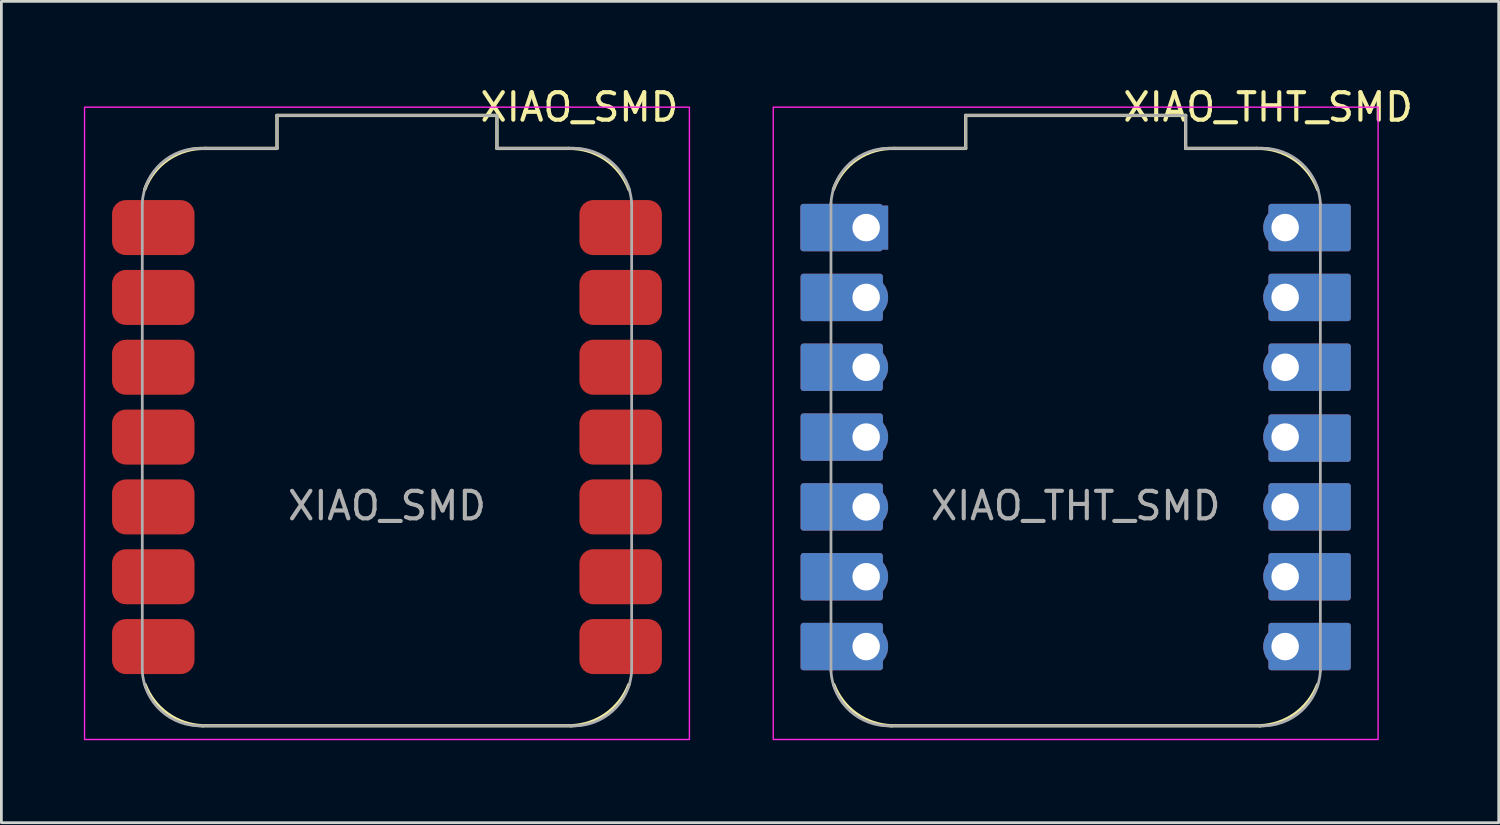
<source format=kicad_pcb>
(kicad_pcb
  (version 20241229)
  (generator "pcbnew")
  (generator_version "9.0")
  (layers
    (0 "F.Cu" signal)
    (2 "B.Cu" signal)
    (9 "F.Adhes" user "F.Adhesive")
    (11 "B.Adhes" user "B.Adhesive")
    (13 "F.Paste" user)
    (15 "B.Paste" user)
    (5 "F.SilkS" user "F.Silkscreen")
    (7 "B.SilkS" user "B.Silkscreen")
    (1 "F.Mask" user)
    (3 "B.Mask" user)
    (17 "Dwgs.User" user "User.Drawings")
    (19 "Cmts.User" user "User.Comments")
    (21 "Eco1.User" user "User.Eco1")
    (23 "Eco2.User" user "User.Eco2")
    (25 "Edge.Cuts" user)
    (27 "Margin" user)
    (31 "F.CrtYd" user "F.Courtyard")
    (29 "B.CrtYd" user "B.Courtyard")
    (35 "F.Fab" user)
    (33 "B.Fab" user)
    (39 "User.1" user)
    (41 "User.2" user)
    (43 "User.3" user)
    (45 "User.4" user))
  (footprint "XIAO_SMD"
    (layer "F.Cu")
    (at 11.025 12.848)
    (property "Reference" "XIAO_SMD" (at 7 -12 0) (unlocked yes) (layer "F.SilkS") (effects (font (size 1 1) (thickness 0.15))))
    (attr smd)
    (fp_line (start -6.7 10.5) (end 6.7 10.5) (stroke (width 0.12) (type default)) (layer "F.SilkS"))
    (fp_line (start -4 -11.7) (end 4 -11.7) (stroke (width 0.12) (type default)) (layer "F.SilkS"))
    (fp_line (start -4 -10.5) (end -6.6 -10.5) (stroke (width 0.12) (type default)) (layer "F.SilkS"))
    (fp_line (start -4 -10.5) (end -4 -11.7) (stroke (width 0.12) (type default)) (layer "F.SilkS"))
    (fp_line (start 4 -11.7) (end 4 -10.5) (stroke (width 0.12) (type default)) (layer "F.SilkS"))
    (fp_line (start 6.6 -10.5) (end 4 -10.5) (stroke (width 0.12) (type default)) (layer "F.SilkS"))
    (fp_arc (start -8.812892 -9.00468) (mid -7.949609 -10.111769) (end -6.600468 -10.499999) (stroke (width 0.12) (type default)) (layer "F.SilkS"))
    (fp_arc (start -6.7 10.5) (mid -7.977232 10.068125) (end -8.8 9) (stroke (width 0.12) (type default)) (layer "F.SilkS"))
    (fp_arc (start 6.6 -10.499999) (mid 7.944325 -10.107116) (end 8.804034 -9.001464) (stroke (width 0.12) (type default)) (layer "F.SilkS"))
    (fp_arc (start 8.8 9) (mid 7.977232 10.068125) (end 6.7 10.5) (stroke (width 0.12) (type default)) (layer "F.SilkS"))
    (fp_rect (start -11 -12) (end 11 11) (stroke (width 0.05) (type default)) (fill no) (layer "F.CrtYd"))
    (fp_line (start -8.9 8.5) (end -8.9 -8.5) (stroke (width 0.1) (type default)) (layer "F.Fab"))
    (fp_line (start -6.7 -10.5) (end -4 -10.5) (stroke (width 0.1) (type default)) (layer "F.Fab"))
    (fp_line (start -4 -11.7) (end 4 -11.7) (stroke (width 0.1) (type default)) (layer "F.Fab"))
    (fp_line (start -4 -10.5) (end -4 -11.7) (stroke (width 0.1) (type default)) (layer "F.Fab"))
    (fp_line (start 4 -11.7) (end 4 -10.5) (stroke (width 0.1) (type default)) (layer "F.Fab"))
    (fp_line (start 4 -10.5) (end 6.7 -10.5) (stroke (width 0.1) (type default)) (layer "F.Fab"))
    (fp_line (start 6.7 10.5) (end -6.7 10.5) (stroke (width 0.1) (type default)) (layer "F.Fab"))
    (fp_line (start 8.9 -8.5) (end 8.9 8.5) (stroke (width 0.1) (type default)) (layer "F.Fab"))
    (fp_arc (start -8.9 -8.5) (mid -8.214214 -9.955635) (end -6.7 -10.5) (stroke (width 0.1) (type default)) (layer "F.Fab"))
    (fp_arc (start -6.7 10.5) (mid -8.214214 9.955635) (end -8.9 8.5) (stroke (width 0.1) (type default)) (layer "F.Fab"))
    (fp_arc (start 6.7 -10.499999) (mid 8.214695 -9.954472) (end 8.9 -8.497676) (stroke (width 0.1) (type default)) (layer "F.Fab"))
    (fp_arc (start 8.9 8.5) (mid 8.214214 9.955635) (end 6.7 10.5) (stroke (width 0.1) (type default)) (layer "F.Fab"))
    (fp_text user "${REFERENCE}" (at 0 2.5 0) (unlocked yes) (layer "F.Fab") (effects (font (size 1 1) (thickness 0.15))))
    (pad "1" smd roundrect (at -8.5 -7.62) (size 3 2) (layers "F.Cu" "F.Mask" "F.Paste") (roundrect_rratio 0.25))
    (pad "2" smd roundrect (at -8.5 -5.08) (size 3 2) (layers "F.Cu" "F.Mask" "F.Paste") (roundrect_rratio 0.25))
    (pad "3" smd roundrect (at -8.5 -2.54) (size 3 2) (layers "F.Cu" "F.Mask" "F.Paste") (roundrect_rratio 0.25))
    (pad "4" smd roundrect (at -8.5 0) (size 3 2) (layers "F.Cu" "F.Mask" "F.Paste") (roundrect_rratio 0.25))
    (pad "5" smd roundrect (at -8.5 2.54) (size 3 2) (layers "F.Cu" "F.Mask" "F.Paste") (roundrect_rratio 0.25))
    (pad "6" smd roundrect (at -8.5 5.08) (size 3 2) (layers "F.Cu" "F.Mask" "F.Paste") (roundrect_rratio 0.25))
    (pad "7" smd roundrect (at -8.5 7.62) (size 3 2) (layers "F.Cu" "F.Mask" "F.Paste") (roundrect_rratio 0.25))
    (pad "8" smd roundrect (at 8.5 7.62) (size 3 2) (layers "F.Cu" "F.Mask" "F.Paste") (roundrect_rratio 0.25))
    (pad "9" smd roundrect (at 8.5 5.08) (size 3 2) (layers "F.Cu" "F.Mask" "F.Paste") (roundrect_rratio 0.25))
    (pad "10" smd roundrect (at 8.5 2.54) (size 3 2) (layers "F.Cu" "F.Mask" "F.Paste") (roundrect_rratio 0.25))
    (pad "11" smd roundrect (at 8.5 0) (size 3 2) (layers "F.Cu" "F.Mask" "F.Paste") (roundrect_rratio 0.25))
    (pad "12" smd roundrect (at 8.5 -2.54) (size 3 2) (layers "F.Cu" "F.Mask" "F.Paste") (roundrect_rratio 0.25))
    (pad "13" smd roundrect (at 8.5 -5.08) (size 3 2) (layers "F.Cu" "F.Mask" "F.Paste") (roundrect_rratio 0.25))
    (pad "14" smd roundrect (at 8.5 -7.62) (size 3 2) (layers "F.Cu" "F.Mask" "F.Paste") (roundrect_rratio 0.25)))
  (footprint "XIAO_THT_SMD"
    (layer "F.Cu")
    (at 36.075 12.848)
    (property "Reference" "XIAO_THT_SMD" (at 7 -12 0) (unlocked yes) (layer "F.SilkS") (effects (font (size 1 1) (thickness 0.15))))
    (attr smd)
    (fp_line (start -6.7 10.5) (end 6.7 10.5) (stroke (width 0.12) (type default)) (layer "F.SilkS"))
    (fp_line (start -4 -11.7) (end 4 -11.7) (stroke (width 0.12) (type default)) (layer "F.SilkS"))
    (fp_line (start -4 -10.5) (end -6.6 -10.5) (stroke (width 0.12) (type default)) (layer "F.SilkS"))
    (fp_line (start -4 -10.5) (end -4 -11.7) (stroke (width 0.12) (type default)) (layer "F.SilkS"))
    (fp_line (start 4 -11.7) (end 4 -10.5) (stroke (width 0.12) (type default)) (layer "F.SilkS"))
    (fp_line (start 6.6 -10.5) (end 4 -10.5) (stroke (width 0.12) (type default)) (layer "F.SilkS"))
    (fp_arc (start -8.812892 -9.00468) (mid -7.949609 -10.111769) (end -6.600468 -10.499999) (stroke (width 0.12) (type default)) (layer "F.SilkS"))
    (fp_arc (start -6.7 10.5) (mid -7.977232 10.068125) (end -8.8 9) (stroke (width 0.12) (type default)) (layer "F.SilkS"))
    (fp_arc (start 6.6 -10.499999) (mid 7.944325 -10.107116) (end 8.804034 -9.001464) (stroke (width 0.12) (type default)) (layer "F.SilkS"))
    (fp_arc (start 8.8 9) (mid 7.977232 10.068125) (end 6.7 10.5) (stroke (width 0.12) (type default)) (layer "F.SilkS"))
    (fp_rect (start -11 -12) (end 11 11) (stroke (width 0.05) (type default)) (fill no) (layer "F.CrtYd"))
    (fp_line (start -8.9 8.5) (end -8.9 -8.5) (stroke (width 0.1) (type default)) (layer "F.Fab"))
    (fp_line (start -6.7 -10.5) (end -4 -10.5) (stroke (width 0.1) (type default)) (layer "F.Fab"))
    (fp_line (start -4 -11.7) (end 4 -11.7) (stroke (width 0.1) (type default)) (layer "F.Fab"))
    (fp_line (start -4 -10.5) (end -4 -11.7) (stroke (width 0.1) (type default)) (layer "F.Fab"))
    (fp_line (start 4 -11.7) (end 4 -10.5) (stroke (width 0.1) (type default)) (layer "F.Fab"))
    (fp_line (start 4 -10.5) (end 6.7 -10.5) (stroke (width 0.1) (type default)) (layer "F.Fab"))
    (fp_line (start 6.7 10.5) (end -6.7 10.5) (stroke (width 0.1) (type default)) (layer "F.Fab"))
    (fp_line (start 8.9 -8.5) (end 8.9 8.5) (stroke (width 0.1) (type default)) (layer "F.Fab"))
    (fp_arc (start -8.9 -8.5) (mid -8.214214 -9.955635) (end -6.7 -10.5) (stroke (width 0.1) (type default)) (layer "F.Fab"))
    (fp_arc (start -6.7 10.5) (mid -8.214214 9.955635) (end -8.9 8.5) (stroke (width 0.1) (type default)) (layer "F.Fab"))
    (fp_arc (start 6.7 -10.499999) (mid 8.214695 -9.954472) (end 8.9 -8.497676) (stroke (width 0.1) (type default)) (layer "F.Fab"))
    (fp_arc (start 8.9 8.5) (mid 8.214214 9.955635) (end 6.7 10.5) (stroke (width 0.1) (type default)) (layer "F.Fab"))
    (fp_text user "${REFERENCE}" (at 0 2.5 0) (unlocked yes) (layer "F.Fab") (effects (font (size 1 1) (thickness 0.15))))
    (pad "1" thru_hole custom (at -7.62 -7.62 90) (size 1.6 1.6) (drill 1) (layers "*.Cu" "*.Mask") (options (anchor rect)) (primitives (gr_poly (pts (xy 0.762 -2.294) (xy -0.762 -2.294) (xy -0.762 0.5) (xy 0.762 0.5)) (width 0.2) (fill yes))))
    (pad "2" thru_hole custom (at -7.62 -5.08 90) (size 1.6 1.6) (drill 1) (layers "*.Cu" "*.Mask") (options (anchor circle)) (primitives (gr_poly (pts (xy 0.762 -2.286) (xy -0.762 -2.286) (xy -0.762 0.508) (xy 0.762 0.508)) (width 0.2) (fill yes))))
    (pad "3" thru_hole custom (at -7.62 -2.54 90) (size 1.6 1.6) (drill 1) (layers "*.Cu" "*.Mask") (options (anchor circle)) (primitives (gr_poly (pts (xy 0.762 -2.286) (xy -0.762 -2.286) (xy -0.762 0.508) (xy 0.762 0.508)) (width 0.2) (fill yes))))
    (pad "4" thru_hole custom (at -7.62 0 90) (size 1.6 1.6) (drill 1) (layers "*.Cu" "*.Mask") (options (anchor circle)) (primitives (gr_poly (pts (xy 0.762 -2.286) (xy -0.762 -2.286) (xy -0.762 0.508) (xy 0.762 0.508)) (width 0.2) (fill yes))))
    (pad "5" thru_hole custom (at -7.62 2.54 90) (size 1.6 1.6) (drill 1) (layers "*.Cu" "*.Mask") (options (anchor circle)) (primitives (gr_poly (pts (xy 0.762 -2.286) (xy -0.762 -2.286) (xy -0.762 0.508) (xy 0.762 0.508)) (width 0.2) (fill yes))))
    (pad "6" thru_hole custom (at -7.62 5.08 90) (size 1.6 1.6) (drill 1) (layers "*.Cu" "*.Mask") (options (anchor circle)) (primitives (gr_poly (pts (xy 0.762 -2.286) (xy -0.762 -2.286) (xy -0.762 0.508) (xy 0.762 0.508)) (width 0.2) (fill yes))))
    (pad "7" thru_hole custom (at -7.62 7.62 90) (size 1.6 1.6) (drill 1) (layers "*.Cu" "*.Mask") (options (anchor circle)) (primitives (gr_poly (pts (xy 0.762 -2.286) (xy -0.762 -2.286) (xy -0.762 0.508) (xy 0.762 0.508)) (width 0.2) (fill yes))))
    (pad "8" thru_hole custom (at 7.62 7.62 90) (size 1.6 1.6) (drill 1) (layers "*.Cu" "*.Mask") (options (anchor circle)) (primitives (gr_poly (pts (xy 0.762 -0.508) (xy -0.762 -0.508) (xy -0.762 2.286) (xy 0.762 2.286)) (width 0.2) (fill yes))))
    (pad "9" thru_hole custom (at 7.62 5.08 90) (size 1.6 1.6) (drill 1) (layers "*.Cu" "*.Mask") (options (anchor circle)) (primitives (gr_poly (pts (xy 0.762 -0.508) (xy -0.762 -0.508) (xy -0.762 2.286) (xy 0.762 2.286)) (width 0.2) (fill yes))))
    (pad "10" thru_hole custom (at 7.62 2.54 90) (size 1.6 1.6) (drill 1) (layers "*.Cu" "*.Mask") (options (anchor circle)) (primitives (gr_poly (pts (xy 0.762 -0.508) (xy -0.762 -0.508) (xy -0.762 2.286) (xy 0.762 2.286)) (width 0.2) (fill yes))))
    (pad "11" thru_hole custom (at 7.62 0 90) (size 1.6 1.6) (drill 1) (layers "*.Cu" "*.Mask") (options (anchor circle)) (primitives (gr_poly (pts (xy 0.724 -0.508) (xy -0.8 -0.508) (xy -0.8 2.286) (xy 0.724 2.286)) (width 0.2) (fill yes))))
    (pad "12" thru_hole custom (at 7.62 -2.54 90) (size 1.6 1.6) (drill 1) (layers "*.Cu" "*.Mask") (options (anchor circle)) (primitives (gr_poly (pts (xy 0.762 -0.508) (xy -0.762 -0.508) (xy -0.762 2.286) (xy 0.762 2.286)) (width 0.2) (fill yes))))
    (pad "13" thru_hole custom (at 7.62 -5.08 90) (size 1.6 1.6) (drill 1) (layers "*.Cu" "*.Mask") (options (anchor circle)) (primitives (gr_poly (pts (xy 0.762 -0.508) (xy -0.762 -0.508) (xy -0.762 2.286) (xy 0.762 2.286)) (width 0.2) (fill yes))))
    (pad "14" thru_hole custom (at 7.62 -7.62 90) (size 1.6 1.6) (drill 1) (layers "*.Cu" "*.Mask") (options (anchor circle)) (primitives (gr_poly (pts (xy 0.762 -0.508) (xy -0.762 -0.508) (xy -0.762 2.286) (xy 0.762 2.286)) (width 0.2) (fill yes)))))
  (gr_rect
    (start -3 -3)
    (end 51.462 26.873)
    (stroke (width 0.1) (type default))
    (fill no)
    (layer "Edge.Cuts")))
</source>
